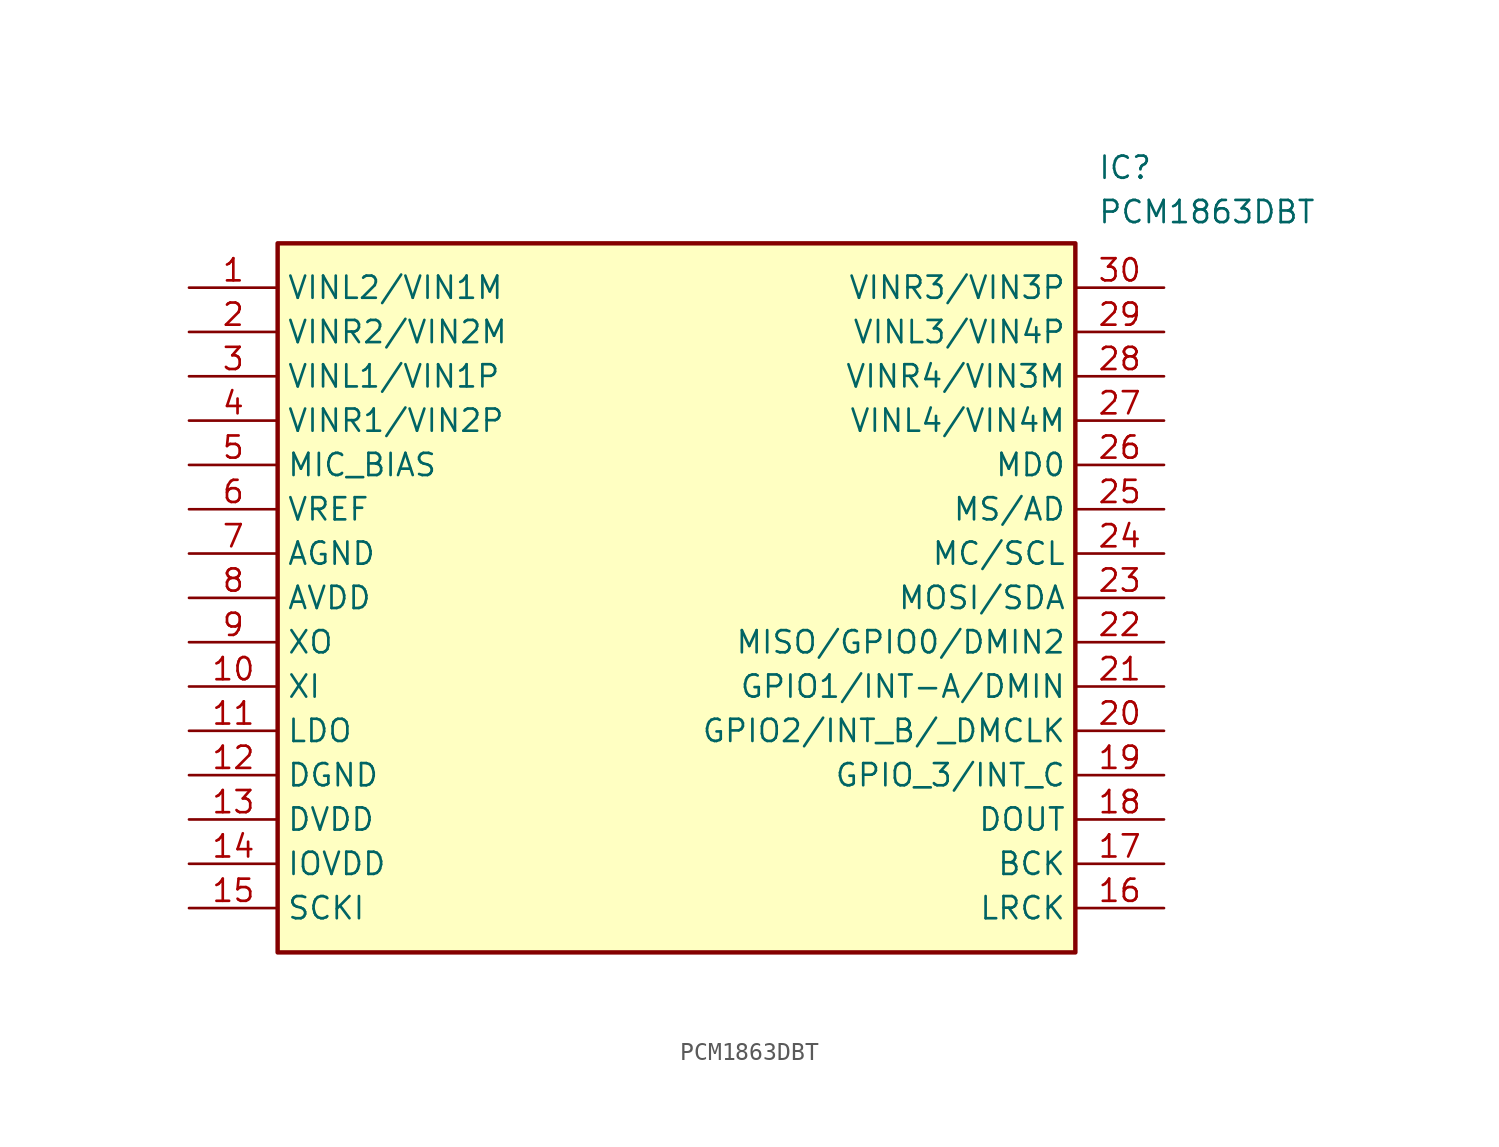
<source format=kicad_sym>
(kicad_symbol_lib
  (version 20231120)
  (generator "kicad_symbol_editor")
  (generator_version "8.0")
  (symbol "PCM1863DBT"
    (property "Reference" "IC"
      (at 52.07 7.62 0)
      (effects (font (size 1.27 1.27)) (justify left top)))
    (property "Value" "PCM1863DBT"
      (at 52.07 5.08 0)
      (effects (font (size 1.27 1.27)) (justify left top)))
    (symbol "PCM1863DBT_1_1"
      (rectangle (start 5.08 2.54) (end 50.8 -38.1) (stroke (width 0.254) (type default)) (fill (type background)))
      (pin passive line (at 0 0 0) (length 5.08) (name "VINL2/VIN1M" (effects (font (size 1.27 1.27)))) (number "1" (effects (font (size 1.27 1.27)))))
      (pin passive line (at 0 -22.86 0) (length 5.08) (name "XI" (effects (font (size 1.27 1.27)))) (number "10" (effects (font (size 1.27 1.27)))))
      (pin passive line (at 0 -25.4 0) (length 5.08) (name "LDO" (effects (font (size 1.27 1.27)))) (number "11" (effects (font (size 1.27 1.27)))))
      (pin passive line (at 0 -27.94 0) (length 5.08) (name "DGND" (effects (font (size 1.27 1.27)))) (number "12" (effects (font (size 1.27 1.27)))))
      (pin passive line (at 0 -30.48 0) (length 5.08) (name "DVDD" (effects (font (size 1.27 1.27)))) (number "13" (effects (font (size 1.27 1.27)))))
      (pin passive line (at 0 -33.02 0) (length 5.08) (name "IOVDD" (effects (font (size 1.27 1.27)))) (number "14" (effects (font (size 1.27 1.27)))))
      (pin passive line (at 0 -35.56 0) (length 5.08) (name "SCKI" (effects (font (size 1.27 1.27)))) (number "15" (effects (font (size 1.27 1.27)))))
      (pin passive line (at 55.88 -35.56 180) (length 5.08) (name "LRCK" (effects (font (size 1.27 1.27)))) (number "16" (effects (font (size 1.27 1.27)))))
      (pin passive line (at 55.88 -33.02 180) (length 5.08) (name "BCK" (effects (font (size 1.27 1.27)))) (number "17" (effects (font (size 1.27 1.27)))))
      (pin passive line (at 55.88 -30.48 180) (length 5.08) (name "DOUT" (effects (font (size 1.27 1.27)))) (number "18" (effects (font (size 1.27 1.27)))))
      (pin passive line (at 55.88 -27.94 180) (length 5.08) (name "GPIO_3/INT_C" (effects (font (size 1.27 1.27)))) (number "19" (effects (font (size 1.27 1.27)))))
      (pin passive line (at 0 -2.54 0) (length 5.08) (name "VINR2/VIN2M" (effects (font (size 1.27 1.27)))) (number "2" (effects (font (size 1.27 1.27)))))
      (pin passive line (at 55.88 -25.4 180) (length 5.08) (name "GPIO2/INT_B/_DMCLK" (effects (font (size 1.27 1.27)))) (number "20" (effects (font (size 1.27 1.27)))))
      (pin passive line (at 55.88 -22.86 180) (length 5.08) (name "GPIO1/INT-A/DMIN" (effects (font (size 1.27 1.27)))) (number "21" (effects (font (size 1.27 1.27)))))
      (pin passive line (at 55.88 -20.32 180) (length 5.08) (name "MISO/GPIO0/DMIN2" (effects (font (size 1.27 1.27)))) (number "22" (effects (font (size 1.27 1.27)))))
      (pin passive line (at 55.88 -17.78 180) (length 5.08) (name "MOSI/SDA" (effects (font (size 1.27 1.27)))) (number "23" (effects (font (size 1.27 1.27)))))
      (pin passive line (at 55.88 -15.24 180) (length 5.08) (name "MC/SCL" (effects (font (size 1.27 1.27)))) (number "24" (effects (font (size 1.27 1.27)))))
      (pin passive line (at 55.88 -12.7 180) (length 5.08) (name "MS/AD" (effects (font (size 1.27 1.27)))) (number "25" (effects (font (size 1.27 1.27)))))
      (pin passive line (at 55.88 -10.16 180) (length 5.08) (name "MD0" (effects (font (size 1.27 1.27)))) (number "26" (effects (font (size 1.27 1.27)))))
      (pin passive line (at 55.88 -7.62 180) (length 5.08) (name "VINL4/VIN4M" (effects (font (size 1.27 1.27)))) (number "27" (effects (font (size 1.27 1.27)))))
      (pin passive line (at 55.88 -5.08 180) (length 5.08) (name "VINR4/VIN3M" (effects (font (size 1.27 1.27)))) (number "28" (effects (font (size 1.27 1.27)))))
      (pin passive line (at 55.88 -2.54 180) (length 5.08) (name "VINL3/VIN4P" (effects (font (size 1.27 1.27)))) (number "29" (effects (font (size 1.27 1.27)))))
      (pin passive line (at 0 -5.08 0) (length 5.08) (name "VINL1/VIN1P" (effects (font (size 1.27 1.27)))) (number "3" (effects (font (size 1.27 1.27)))))
      (pin passive line (at 55.88 0 180) (length 5.08) (name "VINR3/VIN3P" (effects (font (size 1.27 1.27)))) (number "30" (effects (font (size 1.27 1.27)))))
      (pin passive line (at 0 -7.62 0) (length 5.08) (name "VINR1/VIN2P" (effects (font (size 1.27 1.27)))) (number "4" (effects (font (size 1.27 1.27)))))
      (pin passive line (at 0 -10.16 0) (length 5.08) (name "MIC_BIAS" (effects (font (size 1.27 1.27)))) (number "5" (effects (font (size 1.27 1.27)))))
      (pin passive line (at 0 -12.7 0) (length 5.08) (name "VREF" (effects (font (size 1.27 1.27)))) (number "6" (effects (font (size 1.27 1.27)))))
      (pin passive line (at 0 -15.24 0) (length 5.08) (name "AGND" (effects (font (size 1.27 1.27)))) (number "7" (effects (font (size 1.27 1.27)))))
      (pin passive line (at 0 -17.78 0) (length 5.08) (name "AVDD" (effects (font (size 1.27 1.27)))) (number "8" (effects (font (size 1.27 1.27)))))
      (pin passive line (at 0 -20.32 0) (length 5.08) (name "XO" (effects (font (size 1.27 1.27)))) (number "9" (effects (font (size 1.27 1.27))))))))
</source>
